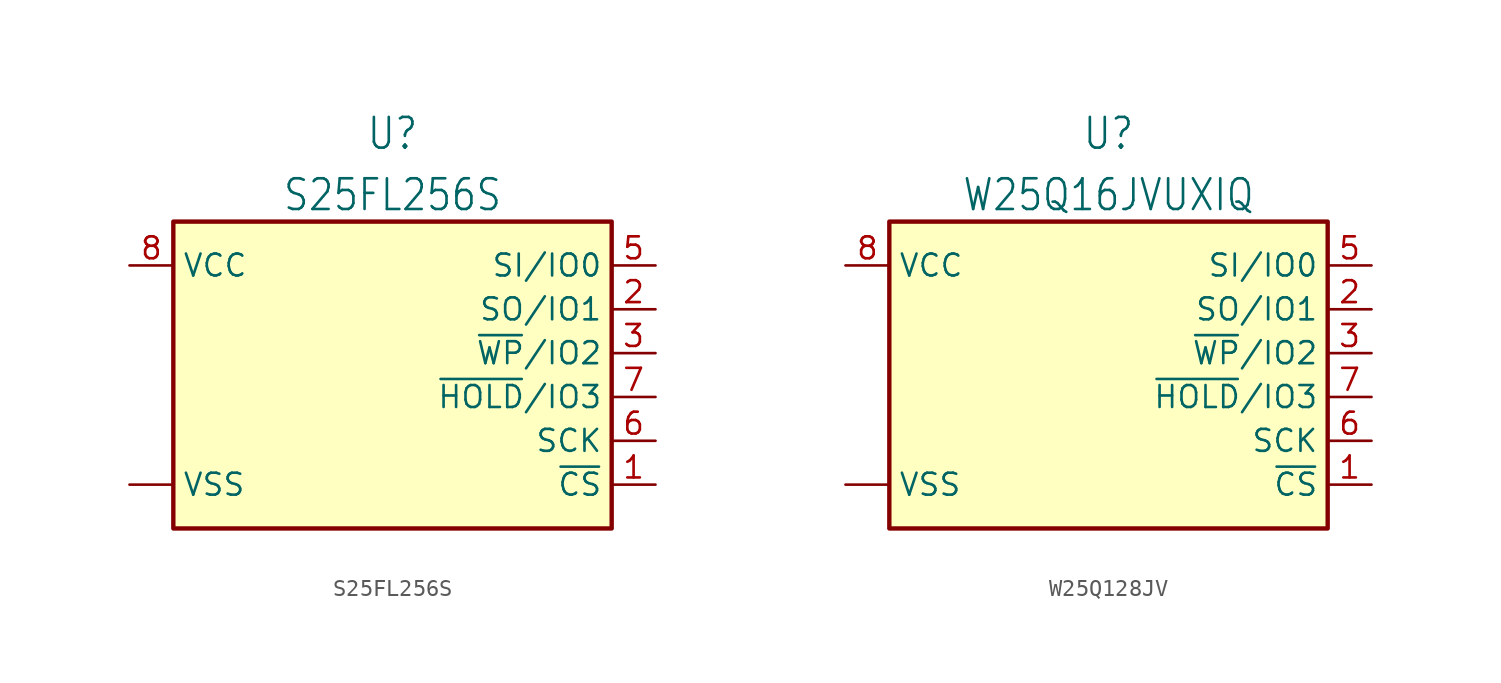
<source format=kicad_sym>
(kicad_symbol_lib
  (version 20231120)
  (generator "kicad_symbol_editor")
  (generator_version "8.0")
  (symbol "S25FL256S"
    (property "Reference" "U"
      (at 0 14.224 0)
      (effects (font (size 1.778 1.511)) (justify bottom)))
    (property "Value" "S25FL256S"
      (at 0 10.668 0)
      (effects (font (size 1.778 1.511)) (justify bottom)))
    (symbol "S25FL256S_1_0"
      (pin bidirectional line (at 15.24 -5.08 180) (length 2.54) (name "~{CS}" (effects (font (size 1.27 1.27)))) (number "1" (effects (font (size 1.27 1.27)))))
      (pin bidirectional line (at 15.24 5.08 180) (length 2.54) (name "SO/IO1" (effects (font (size 1.27 1.27)))) (number "2" (effects (font (size 1.27 1.27)))))
      (pin bidirectional line (at 15.24 2.54 180) (length 2.54) (name "~{WP}/IO2" (effects (font (size 1.27 1.27)))) (number "3" (effects (font (size 1.27 1.27)))))
      (pin passive line (at -15.24 -5.08 0) (length 2.54) (name "VSS" (effects (font (size 1.27 1.27)))) (number "4" (effects (font (size 0 0)))))
      (pin bidirectional line (at 15.24 7.62 180) (length 2.54) (name "SI/IO0" (effects (font (size 1.27 1.27)))) (number "5" (effects (font (size 1.27 1.27)))))
      (pin bidirectional line (at 15.24 -2.54 180) (length 2.54) (name "SCK" (effects (font (size 1.27 1.27)))) (number "6" (effects (font (size 1.27 1.27)))))
      (pin bidirectional line (at 15.24 0 180) (length 2.54) (name "~{HOLD}/IO3" (effects (font (size 1.27 1.27)))) (number "7" (effects (font (size 1.27 1.27)))))
      (pin power_in line (at -15.24 7.62 0) (length 2.54) (name "VCC" (effects (font (size 1.27 1.27)))) (number "8" (effects (font (size 1.27 1.27)))))
      (pin passive line (at -15.24 -5.08 0) (length 2.54) hide (name "VSS" (effects (font (size 1.27 1.27)))) (number "9" (effects (font (size 0 0))))))
    (symbol "S25FL256S_1_1"
      (rectangle (start -12.7 10.16) (end 12.7 -7.62) (stroke (width 0.254) (type default)) (fill (type background)))))
  (symbol "W25Q128JV"
    (property "Reference" "U"
      (at 0 14.224 0)
      (effects (font (size 1.778 1.511)) (justify bottom)))
    (property "Value" "W25Q16JVUXIQ"
      (at 0 10.668 0)
      (effects (font (size 1.778 1.511)) (justify bottom)))
    (symbol "W25Q128JV_1_0"
      (pin bidirectional line (at 15.24 -5.08 180) (length 2.54) (name "~{CS}" (effects (font (size 1.27 1.27)))) (number "1" (effects (font (size 1.27 1.27)))))
      (pin bidirectional line (at 15.24 5.08 180) (length 2.54) (name "SO/IO1" (effects (font (size 1.27 1.27)))) (number "2" (effects (font (size 1.27 1.27)))))
      (pin bidirectional line (at 15.24 2.54 180) (length 2.54) (name "~{WP}/IO2" (effects (font (size 1.27 1.27)))) (number "3" (effects (font (size 1.27 1.27)))))
      (pin passive line (at -15.24 -5.08 0) (length 2.54) (name "VSS" (effects (font (size 1.27 1.27)))) (number "4" (effects (font (size 0 0)))))
      (pin bidirectional line (at 15.24 7.62 180) (length 2.54) (name "SI/IO0" (effects (font (size 1.27 1.27)))) (number "5" (effects (font (size 1.27 1.27)))))
      (pin bidirectional line (at 15.24 -2.54 180) (length 2.54) (name "SCK" (effects (font (size 1.27 1.27)))) (number "6" (effects (font (size 1.27 1.27)))))
      (pin bidirectional line (at 15.24 0 180) (length 2.54) (name "~{HOLD}/IO3" (effects (font (size 1.27 1.27)))) (number "7" (effects (font (size 1.27 1.27)))))
      (pin power_in line (at -15.24 7.62 0) (length 2.54) (name "VCC" (effects (font (size 1.27 1.27)))) (number "8" (effects (font (size 1.27 1.27)))))
      (pin passive line (at -15.24 -5.08 0) (length 2.54) hide (name "VSS" (effects (font (size 1.27 1.27)))) (number "9" (effects (font (size 0 0))))))
    (symbol "W25Q128JV_1_1"
      (rectangle (start -12.7 10.16) (end 12.7 -7.62) (stroke (width 0.254) (type default)) (fill (type background))))))
</source>
